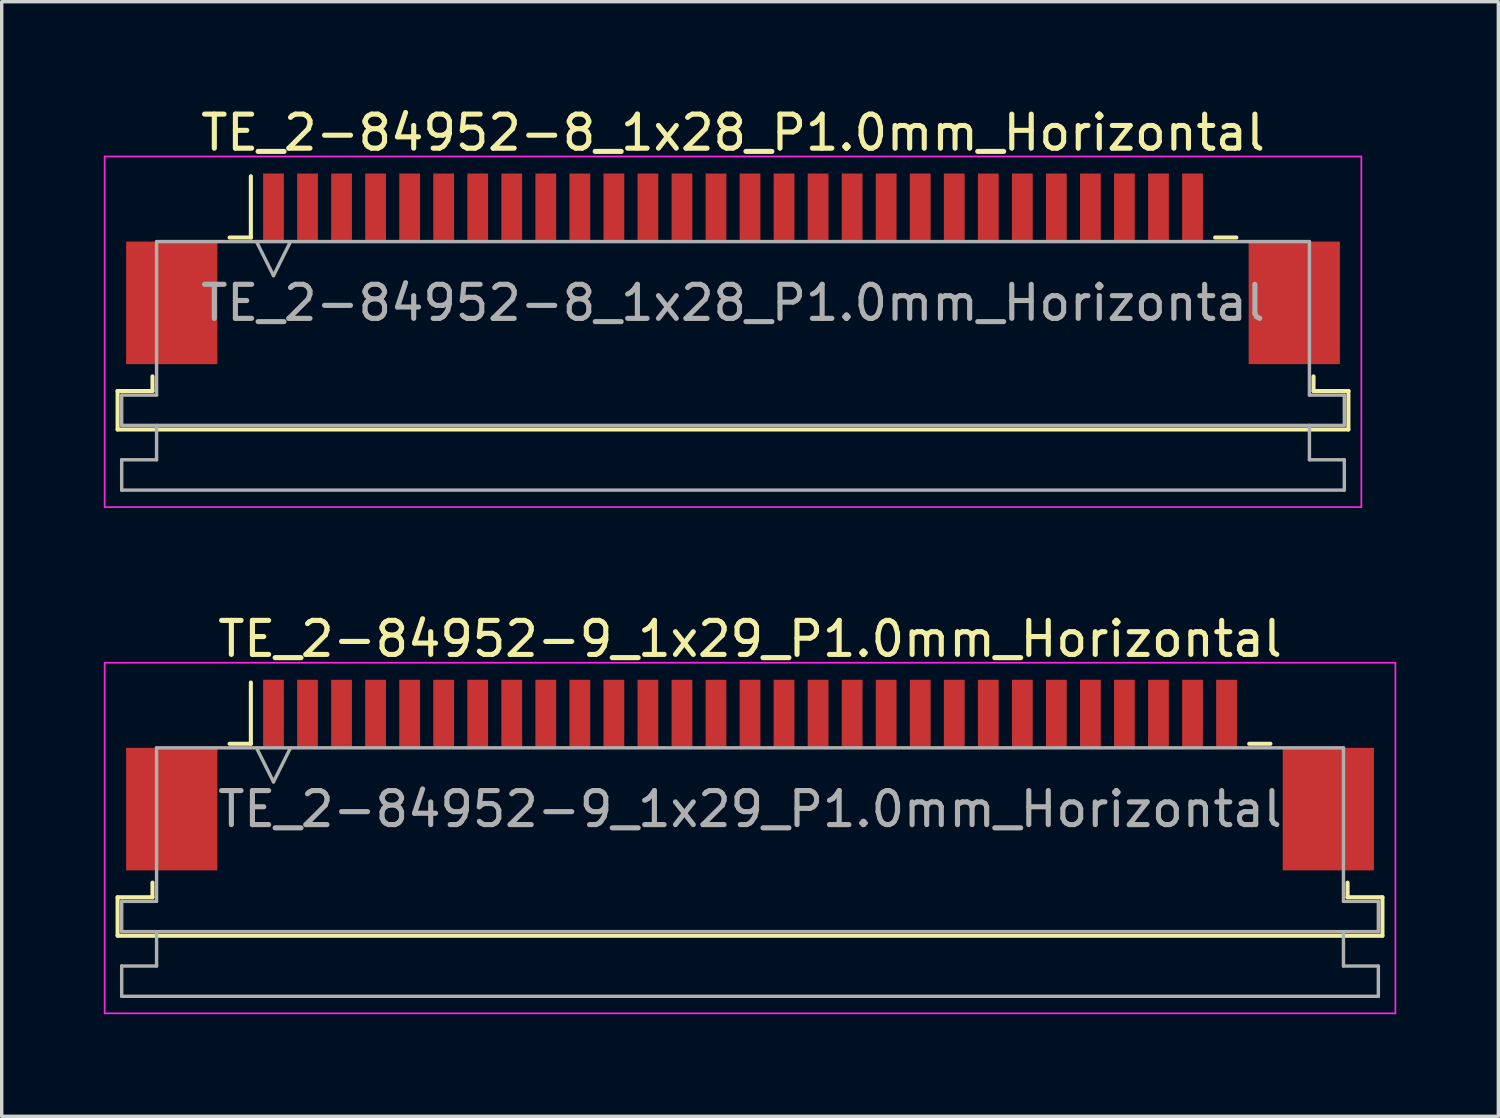
<source format=kicad_pcb>
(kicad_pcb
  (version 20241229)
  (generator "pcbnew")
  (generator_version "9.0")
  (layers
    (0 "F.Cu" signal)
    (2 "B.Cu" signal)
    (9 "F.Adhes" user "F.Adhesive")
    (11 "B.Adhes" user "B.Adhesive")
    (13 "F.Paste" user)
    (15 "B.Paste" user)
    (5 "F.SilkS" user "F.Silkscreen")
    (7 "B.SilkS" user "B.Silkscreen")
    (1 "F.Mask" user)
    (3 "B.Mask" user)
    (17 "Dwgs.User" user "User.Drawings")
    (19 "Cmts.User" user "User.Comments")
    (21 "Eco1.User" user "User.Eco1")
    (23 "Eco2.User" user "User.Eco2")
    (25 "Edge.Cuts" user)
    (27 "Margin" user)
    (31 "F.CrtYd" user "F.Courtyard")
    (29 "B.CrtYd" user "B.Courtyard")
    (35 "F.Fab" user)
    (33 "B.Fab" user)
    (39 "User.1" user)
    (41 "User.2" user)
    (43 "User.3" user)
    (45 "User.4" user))
  (footprint "TE_2-84952-9_1x29_P1.0mm_Horizontal"
    (layer "F.Cu")
    (at 18.985 19.721)
    (property "Reference" "TE_2-84952-9_1x29_P1.0mm_Horizontal" (at 0 -4 0) (layer "F.SilkS") (effects (font (size 1 1) (thickness 0.15))))
    (attr smd)
    (fp_line (start -18.58 3.59) (end -17.555 3.59) (stroke (width 0.12) (type solid)) (layer "F.SilkS"))
    (fp_line (start -18.58 4.72) (end -18.58 3.59) (stroke (width 0.12) (type solid)) (layer "F.SilkS"))
    (fp_line (start -17.555 3.59) (end -17.555 3.16) (stroke (width 0.12) (type solid)) (layer "F.SilkS"))
    (fp_line (start -15.29 -0.92) (end -14.665 -0.92) (stroke (width 0.12) (type solid)) (layer "F.SilkS"))
    (fp_line (start -14.665 -0.92) (end -14.665 -2.72) (stroke (width 0.12) (type solid)) (layer "F.SilkS"))
    (fp_line (start 14.665 -0.92) (end 15.29 -0.92) (stroke (width 0.12) (type solid)) (layer "F.SilkS"))
    (fp_line (start 17.555 3.16) (end 17.555 3.59) (stroke (width 0.12) (type solid)) (layer "F.SilkS"))
    (fp_line (start 17.555 3.59) (end 18.58 3.59) (stroke (width 0.12) (type solid)) (layer "F.SilkS"))
    (fp_line (start 18.58 3.59) (end 18.58 4.72) (stroke (width 0.12) (type solid)) (layer "F.SilkS"))
    (fp_line (start 18.58 4.72) (end -18.58 4.72) (stroke (width 0.12) (type solid)) (layer "F.SilkS"))
    (fp_line (start -18.96 -3.3) (end -18.96 7) (stroke (width 0.05) (type solid)) (layer "F.CrtYd"))
    (fp_line (start -18.96 7) (end 18.96 7) (stroke (width 0.05) (type solid)) (layer "F.CrtYd"))
    (fp_line (start 18.96 -3.3) (end -18.96 -3.3) (stroke (width 0.05) (type solid)) (layer "F.CrtYd"))
    (fp_line (start 18.96 7) (end 18.96 -3.3) (stroke (width 0.05) (type solid)) (layer "F.CrtYd"))
    (fp_line (start -18.46 3.71) (end -17.435 3.71) (stroke (width 0.1) (type solid)) (layer "F.Fab"))
    (fp_line (start -18.46 4.6) (end -18.46 3.71) (stroke (width 0.1) (type solid)) (layer "F.Fab"))
    (fp_line (start -18.46 5.61) (end -17.435 5.61) (stroke (width 0.1) (type solid)) (layer "F.Fab"))
    (fp_line (start -18.46 6.5) (end -18.46 5.61) (stroke (width 0.1) (type solid)) (layer "F.Fab"))
    (fp_line (start -17.435 -0.8) (end 17.435 -0.8) (stroke (width 0.1) (type solid)) (layer "F.Fab"))
    (fp_line (start -17.435 3.71) (end -17.435 -0.8) (stroke (width 0.1) (type solid)) (layer "F.Fab"))
    (fp_line (start -17.435 5.61) (end -17.435 4.6) (stroke (width 0.1) (type solid)) (layer "F.Fab"))
    (fp_line (start -14.5 -0.8) (end -14 0.2) (stroke (width 0.1) (type solid)) (layer "F.Fab"))
    (fp_line (start -14 0.2) (end -13.5 -0.8) (stroke (width 0.1) (type solid)) (layer "F.Fab"))
    (fp_line (start 17.435 -0.8) (end 17.435 3.71) (stroke (width 0.1) (type solid)) (layer "F.Fab"))
    (fp_line (start 17.435 3.71) (end 18.46 3.71) (stroke (width 0.1) (type solid)) (layer "F.Fab"))
    (fp_line (start 17.435 4.6) (end 17.435 5.61) (stroke (width 0.1) (type solid)) (layer "F.Fab"))
    (fp_line (start 17.435 5.61) (end 18.46 5.61) (stroke (width 0.1) (type solid)) (layer "F.Fab"))
    (fp_line (start 18.46 3.71) (end 18.46 4.6) (stroke (width 0.1) (type solid)) (layer "F.Fab"))
    (fp_line (start 18.46 4.6) (end -18.46 4.6) (stroke (width 0.1) (type solid)) (layer "F.Fab"))
    (fp_line (start 18.46 5.61) (end 18.46 6.5) (stroke (width 0.1) (type solid)) (layer "F.Fab"))
    (fp_line (start 18.46 6.5) (end -18.46 6.5) (stroke (width 0.1) (type solid)) (layer "F.Fab"))
    (fp_text user "${REFERENCE}" (at 0 1 0) (layer "F.Fab") (effects (font (size 1 1) (thickness 0.15))))
    (pad "" smd rect (at -16.99 1) (size 2.68 3.6) (layers "F.Cu" "F.Mask" "F.Paste"))
    (pad "" smd rect (at 16.99 1) (size 2.68 3.6) (layers "F.Cu" "F.Mask" "F.Paste"))
    (pad "1" smd rect (at -14 -1.8) (size 0.61 2) (layers "F.Cu" "F.Mask" "F.Paste"))
    (pad "2" smd rect (at -13 -1.8) (size 0.61 2) (layers "F.Cu" "F.Mask" "F.Paste"))
    (pad "3" smd rect (at -12 -1.8) (size 0.61 2) (layers "F.Cu" "F.Mask" "F.Paste"))
    (pad "4" smd rect (at -11 -1.8) (size 0.61 2) (layers "F.Cu" "F.Mask" "F.Paste"))
    (pad "5" smd rect (at -10 -1.8) (size 0.61 2) (layers "F.Cu" "F.Mask" "F.Paste"))
    (pad "6" smd rect (at -9 -1.8) (size 0.61 2) (layers "F.Cu" "F.Mask" "F.Paste"))
    (pad "7" smd rect (at -8 -1.8) (size 0.61 2) (layers "F.Cu" "F.Mask" "F.Paste"))
    (pad "8" smd rect (at -7 -1.8) (size 0.61 2) (layers "F.Cu" "F.Mask" "F.Paste"))
    (pad "9" smd rect (at -6 -1.8) (size 0.61 2) (layers "F.Cu" "F.Mask" "F.Paste"))
    (pad "10" smd rect (at -5 -1.8) (size 0.61 2) (layers "F.Cu" "F.Mask" "F.Paste"))
    (pad "11" smd rect (at -4 -1.8) (size 0.61 2) (layers "F.Cu" "F.Mask" "F.Paste"))
    (pad "12" smd rect (at -3 -1.8) (size 0.61 2) (layers "F.Cu" "F.Mask" "F.Paste"))
    (pad "13" smd rect (at -2 -1.8) (size 0.61 2) (layers "F.Cu" "F.Mask" "F.Paste"))
    (pad "14" smd rect (at -1 -1.8) (size 0.61 2) (layers "F.Cu" "F.Mask" "F.Paste"))
    (pad "15" smd rect (at 0 -1.8) (size 0.61 2) (layers "F.Cu" "F.Mask" "F.Paste"))
    (pad "16" smd rect (at 1 -1.8) (size 0.61 2) (layers "F.Cu" "F.Mask" "F.Paste"))
    (pad "17" smd rect (at 2 -1.8) (size 0.61 2) (layers "F.Cu" "F.Mask" "F.Paste"))
    (pad "18" smd rect (at 3 -1.8) (size 0.61 2) (layers "F.Cu" "F.Mask" "F.Paste"))
    (pad "19" smd rect (at 4 -1.8) (size 0.61 2) (layers "F.Cu" "F.Mask" "F.Paste"))
    (pad "20" smd rect (at 5 -1.8) (size 0.61 2) (layers "F.Cu" "F.Mask" "F.Paste"))
    (pad "21" smd rect (at 6 -1.8) (size 0.61 2) (layers "F.Cu" "F.Mask" "F.Paste"))
    (pad "22" smd rect (at 7 -1.8) (size 0.61 2) (layers "F.Cu" "F.Mask" "F.Paste"))
    (pad "23" smd rect (at 8 -1.8) (size 0.61 2) (layers "F.Cu" "F.Mask" "F.Paste"))
    (pad "24" smd rect (at 9 -1.8) (size 0.61 2) (layers "F.Cu" "F.Mask" "F.Paste"))
    (pad "25" smd rect (at 10 -1.8) (size 0.61 2) (layers "F.Cu" "F.Mask" "F.Paste"))
    (pad "26" smd rect (at 11 -1.8) (size 0.61 2) (layers "F.Cu" "F.Mask" "F.Paste"))
    (pad "27" smd rect (at 12 -1.8) (size 0.61 2) (layers "F.Cu" "F.Mask" "F.Paste"))
    (pad "28" smd rect (at 13 -1.8) (size 0.61 2) (layers "F.Cu" "F.Mask" "F.Paste"))
    (pad "29" smd rect (at 14 -1.8) (size 0.61 2) (layers "F.Cu" "F.Mask" "F.Paste")))
  (footprint "TE_2-84952-8_1x28_P1.0mm_Horizontal"
    (layer "F.Cu")
    (at 18.485 4.848)
    (property "Reference" "TE_2-84952-8_1x28_P1.0mm_Horizontal" (at 0 -4 0) (layer "F.SilkS") (effects (font (size 1 1) (thickness 0.15))))
    (attr smd)
    (fp_line (start -18.08 3.59) (end -17.055 3.59) (stroke (width 0.12) (type solid)) (layer "F.SilkS"))
    (fp_line (start -18.08 4.72) (end -18.08 3.59) (stroke (width 0.12) (type solid)) (layer "F.SilkS"))
    (fp_line (start -17.055 3.59) (end -17.055 3.16) (stroke (width 0.12) (type solid)) (layer "F.SilkS"))
    (fp_line (start -14.79 -0.92) (end -14.165 -0.92) (stroke (width 0.12) (type solid)) (layer "F.SilkS"))
    (fp_line (start -14.165 -0.92) (end -14.165 -2.72) (stroke (width 0.12) (type solid)) (layer "F.SilkS"))
    (fp_line (start 14.165 -0.92) (end 14.79 -0.92) (stroke (width 0.12) (type solid)) (layer "F.SilkS"))
    (fp_line (start 17.055 3.16) (end 17.055 3.59) (stroke (width 0.12) (type solid)) (layer "F.SilkS"))
    (fp_line (start 17.055 3.59) (end 18.08 3.59) (stroke (width 0.12) (type solid)) (layer "F.SilkS"))
    (fp_line (start 18.08 3.59) (end 18.08 4.72) (stroke (width 0.12) (type solid)) (layer "F.SilkS"))
    (fp_line (start 18.08 4.72) (end -18.08 4.72) (stroke (width 0.12) (type solid)) (layer "F.SilkS"))
    (fp_line (start -18.46 -3.3) (end -18.46 7) (stroke (width 0.05) (type solid)) (layer "F.CrtYd"))
    (fp_line (start -18.46 7) (end 18.46 7) (stroke (width 0.05) (type solid)) (layer "F.CrtYd"))
    (fp_line (start 18.46 -3.3) (end -18.46 -3.3) (stroke (width 0.05) (type solid)) (layer "F.CrtYd"))
    (fp_line (start 18.46 7) (end 18.46 -3.3) (stroke (width 0.05) (type solid)) (layer "F.CrtYd"))
    (fp_line (start -17.96 3.71) (end -16.935 3.71) (stroke (width 0.1) (type solid)) (layer "F.Fab"))
    (fp_line (start -17.96 4.6) (end -17.96 3.71) (stroke (width 0.1) (type solid)) (layer "F.Fab"))
    (fp_line (start -17.96 5.61) (end -16.935 5.61) (stroke (width 0.1) (type solid)) (layer "F.Fab"))
    (fp_line (start -17.96 6.5) (end -17.96 5.61) (stroke (width 0.1) (type solid)) (layer "F.Fab"))
    (fp_line (start -16.935 -0.8) (end 16.935 -0.8) (stroke (width 0.1) (type solid)) (layer "F.Fab"))
    (fp_line (start -16.935 3.71) (end -16.935 -0.8) (stroke (width 0.1) (type solid)) (layer "F.Fab"))
    (fp_line (start -16.935 5.61) (end -16.935 4.6) (stroke (width 0.1) (type solid)) (layer "F.Fab"))
    (fp_line (start -14 -0.8) (end -13.5 0.2) (stroke (width 0.1) (type solid)) (layer "F.Fab"))
    (fp_line (start -13.5 0.2) (end -13 -0.8) (stroke (width 0.1) (type solid)) (layer "F.Fab"))
    (fp_line (start 16.935 -0.8) (end 16.935 3.71) (stroke (width 0.1) (type solid)) (layer "F.Fab"))
    (fp_line (start 16.935 3.71) (end 17.96 3.71) (stroke (width 0.1) (type solid)) (layer "F.Fab"))
    (fp_line (start 16.935 4.6) (end 16.935 5.61) (stroke (width 0.1) (type solid)) (layer "F.Fab"))
    (fp_line (start 16.935 5.61) (end 17.96 5.61) (stroke (width 0.1) (type solid)) (layer "F.Fab"))
    (fp_line (start 17.96 3.71) (end 17.96 4.6) (stroke (width 0.1) (type solid)) (layer "F.Fab"))
    (fp_line (start 17.96 4.6) (end -17.96 4.6) (stroke (width 0.1) (type solid)) (layer "F.Fab"))
    (fp_line (start 17.96 5.61) (end 17.96 6.5) (stroke (width 0.1) (type solid)) (layer "F.Fab"))
    (fp_line (start 17.96 6.5) (end -17.96 6.5) (stroke (width 0.1) (type solid)) (layer "F.Fab"))
    (fp_text user "${REFERENCE}" (at 0 1 0) (layer "F.Fab") (effects (font (size 1 1) (thickness 0.15))))
    (pad "" smd rect (at -16.49 1) (size 2.68 3.6) (layers "F.Cu" "F.Mask" "F.Paste"))
    (pad "" smd rect (at 16.49 1) (size 2.68 3.6) (layers "F.Cu" "F.Mask" "F.Paste"))
    (pad "1" smd rect (at -13.5 -1.8) (size 0.61 2) (layers "F.Cu" "F.Mask" "F.Paste"))
    (pad "2" smd rect (at -12.5 -1.8) (size 0.61 2) (layers "F.Cu" "F.Mask" "F.Paste"))
    (pad "3" smd rect (at -11.5 -1.8) (size 0.61 2) (layers "F.Cu" "F.Mask" "F.Paste"))
    (pad "4" smd rect (at -10.5 -1.8) (size 0.61 2) (layers "F.Cu" "F.Mask" "F.Paste"))
    (pad "5" smd rect (at -9.5 -1.8) (size 0.61 2) (layers "F.Cu" "F.Mask" "F.Paste"))
    (pad "6" smd rect (at -8.5 -1.8) (size 0.61 2) (layers "F.Cu" "F.Mask" "F.Paste"))
    (pad "7" smd rect (at -7.5 -1.8) (size 0.61 2) (layers "F.Cu" "F.Mask" "F.Paste"))
    (pad "8" smd rect (at -6.5 -1.8) (size 0.61 2) (layers "F.Cu" "F.Mask" "F.Paste"))
    (pad "9" smd rect (at -5.5 -1.8) (size 0.61 2) (layers "F.Cu" "F.Mask" "F.Paste"))
    (pad "10" smd rect (at -4.5 -1.8) (size 0.61 2) (layers "F.Cu" "F.Mask" "F.Paste"))
    (pad "11" smd rect (at -3.5 -1.8) (size 0.61 2) (layers "F.Cu" "F.Mask" "F.Paste"))
    (pad "12" smd rect (at -2.5 -1.8) (size 0.61 2) (layers "F.Cu" "F.Mask" "F.Paste"))
    (pad "13" smd rect (at -1.5 -1.8) (size 0.61 2) (layers "F.Cu" "F.Mask" "F.Paste"))
    (pad "14" smd rect (at -0.5 -1.8) (size 0.61 2) (layers "F.Cu" "F.Mask" "F.Paste"))
    (pad "15" smd rect (at 0.5 -1.8) (size 0.61 2) (layers "F.Cu" "F.Mask" "F.Paste"))
    (pad "16" smd rect (at 1.5 -1.8) (size 0.61 2) (layers "F.Cu" "F.Mask" "F.Paste"))
    (pad "17" smd rect (at 2.5 -1.8) (size 0.61 2) (layers "F.Cu" "F.Mask" "F.Paste"))
    (pad "18" smd rect (at 3.5 -1.8) (size 0.61 2) (layers "F.Cu" "F.Mask" "F.Paste"))
    (pad "19" smd rect (at 4.5 -1.8) (size 0.61 2) (layers "F.Cu" "F.Mask" "F.Paste"))
    (pad "20" smd rect (at 5.5 -1.8) (size 0.61 2) (layers "F.Cu" "F.Mask" "F.Paste"))
    (pad "21" smd rect (at 6.5 -1.8) (size 0.61 2) (layers "F.Cu" "F.Mask" "F.Paste"))
    (pad "22" smd rect (at 7.5 -1.8) (size 0.61 2) (layers "F.Cu" "F.Mask" "F.Paste"))
    (pad "23" smd rect (at 8.5 -1.8) (size 0.61 2) (layers "F.Cu" "F.Mask" "F.Paste"))
    (pad "24" smd rect (at 9.5 -1.8) (size 0.61 2) (layers "F.Cu" "F.Mask" "F.Paste"))
    (pad "25" smd rect (at 10.5 -1.8) (size 0.61 2) (layers "F.Cu" "F.Mask" "F.Paste"))
    (pad "26" smd rect (at 11.5 -1.8) (size 0.61 2) (layers "F.Cu" "F.Mask" "F.Paste"))
    (pad "27" smd rect (at 12.5 -1.8) (size 0.61 2) (layers "F.Cu" "F.Mask" "F.Paste"))
    (pad "28" smd rect (at 13.5 -1.8) (size 0.61 2) (layers "F.Cu" "F.Mask" "F.Paste")))
  (gr_rect
    (start -3 -3)
    (end 40.97 29.747)
    (stroke (width 0.1) (type default))
    (fill no)
    (layer "Edge.Cuts")))
</source>
